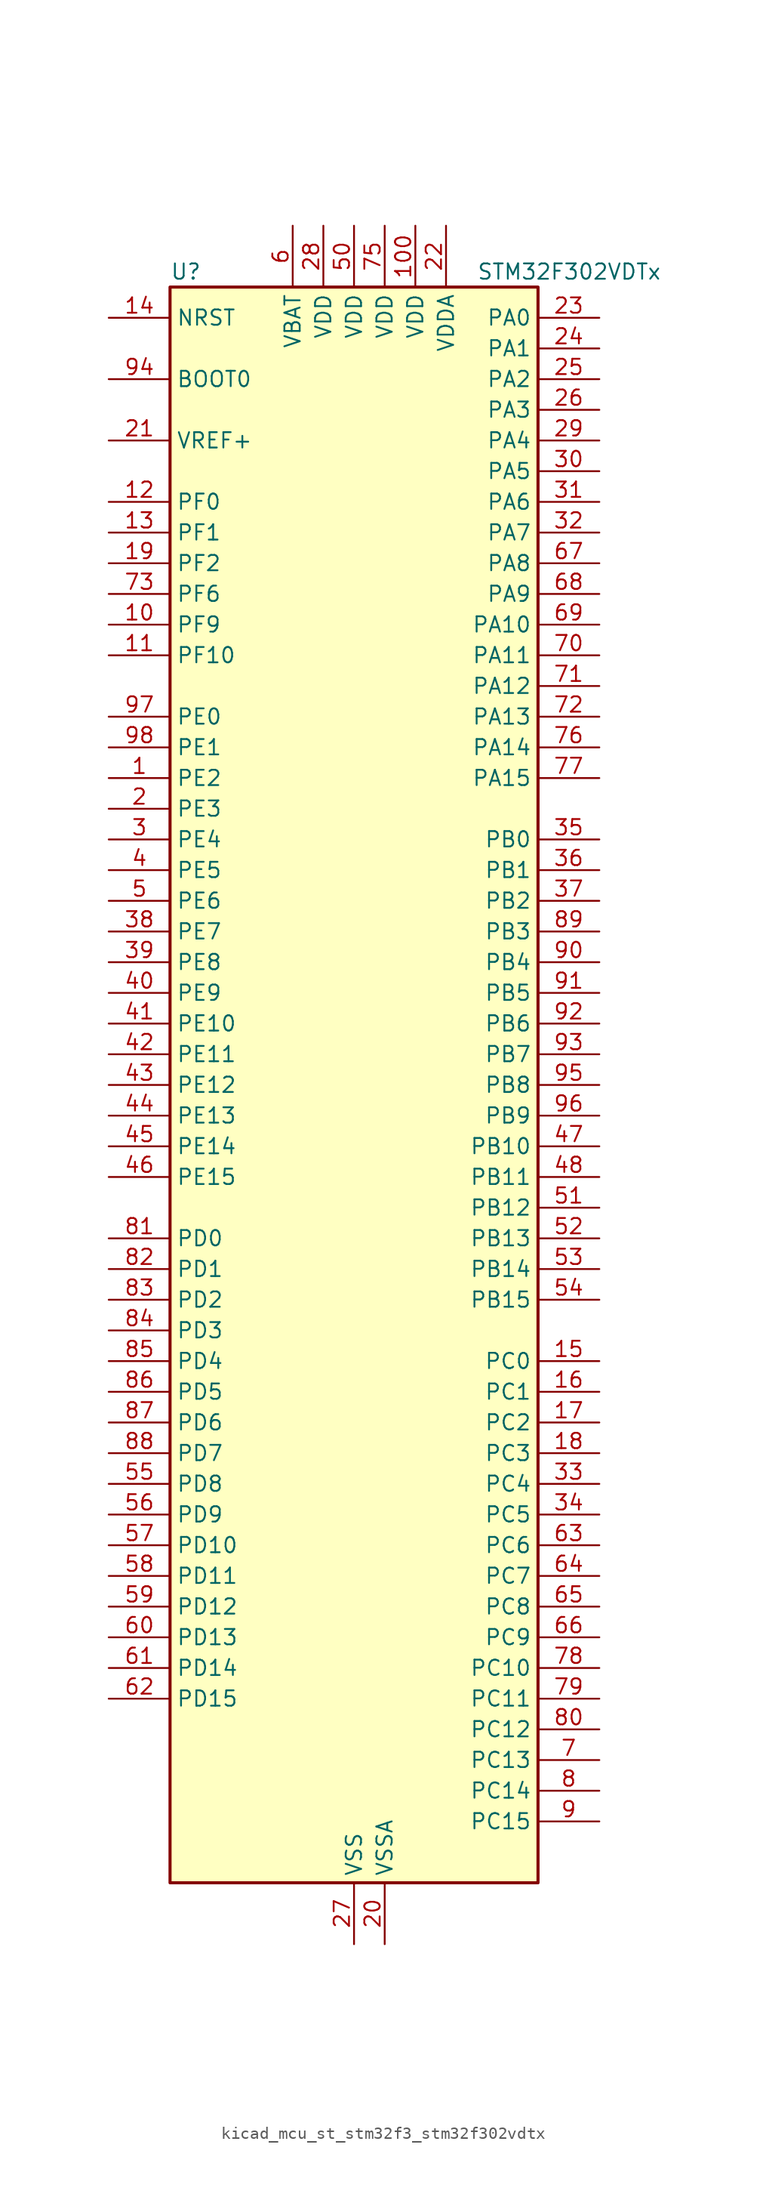
<source format=kicad_sym>
(kicad_symbol_lib
  (version 20220914)
  (generator kicad_symbol_editor)
  (symbol "kicad_mcu_st_stm32f3_stm32f302vdtx"
    (property "Reference" "U"
      (at -15.24 67.31 0)
      (effects (font (size 1.27 1.27)) (justify left)))
    (property "Value" "STM32F302VDTx"
      (at 10.16 67.31 0)
      (effects (font (size 1.27 1.27)) (justify left)))
    (property "ki_locked" ""
      (at 0 0 0)
      (effects (font (size 1.27 1.27))))
    (symbol "kicad_mcu_st_stm32f3_stm32f302vdtx_0_1"
      (rectangle (start -15.24 -66.04) (end 15.24 66.04) (stroke (width 0.254) (type default)) (fill (type background))))
    (symbol "kicad_mcu_st_stm32f3_stm32f302vdtx_1_1"
      (pin bidirectional line (at -20.32 25.4 0) (length 5.08) (name "PE2" (effects (font (size 1.27 1.27)))) (number "1" (effects (font (size 1.27 1.27)))) (alternate "FMC_A23" bidirectional line) (alternate "SPI4_SCK" bidirectional line) (alternate "SYS_TRACECK" bidirectional line) (alternate "TIM3_CH1" bidirectional line) (alternate "TSC_G7_IO1" bidirectional line))
      (pin bidirectional line (at -20.32 38.1 0) (length 5.08) (name "PF9" (effects (font (size 1.27 1.27)))) (number "10" (effects (font (size 1.27 1.27)))) (alternate "DAC1_EXTI9" bidirectional line) (alternate "FMC_CD" bidirectional line) (alternate "SPI2_SCK" bidirectional line) (alternate "TIM15_CH1" bidirectional line))
      (pin power_in line (at 5.08 71.12 270) (length 5.08) (name "VDD" (effects (font (size 1.27 1.27)))) (number "100" (effects (font (size 1.27 1.27)))))
      (pin bidirectional line (at -20.32 35.56 0) (length 5.08) (name "PF10" (effects (font (size 1.27 1.27)))) (number "11" (effects (font (size 1.27 1.27)))) (alternate "FMC_INTR" bidirectional line) (alternate "SPI2_SCK" bidirectional line) (alternate "TIM15_CH2" bidirectional line))
      (pin bidirectional line (at -20.32 48.26 0) (length 5.08) (name "PF0" (effects (font (size 1.27 1.27)))) (number "12" (effects (font (size 1.27 1.27)))) (alternate "I2C2_SDA" bidirectional line) (alternate "I2S2_WS" bidirectional line) (alternate "RCC_OSC_IN" bidirectional line) (alternate "SPI2_NSS" bidirectional line) (alternate "TIM1_CH3N" bidirectional line))
      (pin bidirectional line (at -20.32 45.72 0) (length 5.08) (name "PF1" (effects (font (size 1.27 1.27)))) (number "13" (effects (font (size 1.27 1.27)))) (alternate "I2C2_SCL" bidirectional line) (alternate "I2S2_CK" bidirectional line) (alternate "RCC_OSC_OUT" bidirectional line) (alternate "SPI2_SCK" bidirectional line))
      (pin input line (at -20.32 63.5 0) (length 5.08) (name "NRST" (effects (font (size 1.27 1.27)))) (number "14" (effects (font (size 1.27 1.27)))))
      (pin bidirectional line (at 20.32 -22.86 180) (length 5.08) (name "PC0" (effects (font (size 1.27 1.27)))) (number "15" (effects (font (size 1.27 1.27)))) (alternate "ADC1_IN6" bidirectional line) (alternate "ADC2_IN6" bidirectional line) (alternate "TIM1_CH1" bidirectional line))
      (pin bidirectional line (at 20.32 -25.4 180) (length 5.08) (name "PC1" (effects (font (size 1.27 1.27)))) (number "16" (effects (font (size 1.27 1.27)))) (alternate "ADC1_IN7" bidirectional line) (alternate "ADC2_IN7" bidirectional line) (alternate "TIM1_CH2" bidirectional line))
      (pin bidirectional line (at 20.32 -27.94 180) (length 5.08) (name "PC2" (effects (font (size 1.27 1.27)))) (number "17" (effects (font (size 1.27 1.27)))) (alternate "ADC1_IN8" bidirectional line) (alternate "ADC2_IN8" bidirectional line) (alternate "TIM1_CH3" bidirectional line))
      (pin bidirectional line (at 20.32 -30.48 180) (length 5.08) (name "PC3" (effects (font (size 1.27 1.27)))) (number "18" (effects (font (size 1.27 1.27)))) (alternate "ADC1_IN9" bidirectional line) (alternate "ADC2_IN9" bidirectional line) (alternate "TIM1_BKIN2" bidirectional line) (alternate "TIM1_CH4" bidirectional line))
      (pin bidirectional line (at -20.32 43.18 0) (length 5.08) (name "PF2" (effects (font (size 1.27 1.27)))) (number "19" (effects (font (size 1.27 1.27)))) (alternate "ADC1_IN10" bidirectional line) (alternate "ADC2_IN10" bidirectional line) (alternate "FMC_A2" bidirectional line))
      (pin bidirectional line (at -20.32 22.86 0) (length 5.08) (name "PE3" (effects (font (size 1.27 1.27)))) (number "2" (effects (font (size 1.27 1.27)))) (alternate "FMC_A19" bidirectional line) (alternate "SPI4_NSS" bidirectional line) (alternate "SYS_TRACED0" bidirectional line) (alternate "TIM3_CH2" bidirectional line) (alternate "TSC_G7_IO2" bidirectional line))
      (pin power_in line (at 2.54 -71.12 90) (length 5.08) (name "VSSA" (effects (font (size 1.27 1.27)))) (number "20" (effects (font (size 1.27 1.27)))))
      (pin input line (at -20.32 53.34 0) (length 5.08) (name "VREF+" (effects (font (size 1.27 1.27)))) (number "21" (effects (font (size 1.27 1.27)))))
      (pin power_in line (at 7.62 71.12 270) (length 5.08) (name "VDDA" (effects (font (size 1.27 1.27)))) (number "22" (effects (font (size 1.27 1.27)))))
      (pin bidirectional line (at 20.32 63.5 180) (length 5.08) (name "PA0" (effects (font (size 1.27 1.27)))) (number "23" (effects (font (size 1.27 1.27)))) (alternate "ADC1_IN1" bidirectional line) (alternate "COMP1_INM" bidirectional line) (alternate "COMP1_OUT" bidirectional line) (alternate "RTC_TAMP2" bidirectional line) (alternate "SYS_WKUP1" bidirectional line) (alternate "TIM2_CH1" bidirectional line) (alternate "TIM2_ETR" bidirectional line) (alternate "TSC_G1_IO1" bidirectional line) (alternate "USART2_CTS" bidirectional line))
      (pin bidirectional line (at 20.32 60.96 180) (length 5.08) (name "PA1" (effects (font (size 1.27 1.27)))) (number "24" (effects (font (size 1.27 1.27)))) (alternate "ADC1_IN2" bidirectional line) (alternate "COMP1_INP" bidirectional line) (alternate "OPAMP1_VINP" bidirectional line) (alternate "OPAMP1_VINP_SEC" bidirectional line) (alternate "RTC_REFIN" bidirectional line) (alternate "TIM15_CH1N" bidirectional line) (alternate "TIM2_CH2" bidirectional line) (alternate "TSC_G1_IO2" bidirectional line) (alternate "USART2_DE" bidirectional line) (alternate "USART2_RTS" bidirectional line))
      (pin bidirectional line (at 20.32 58.42 180) (length 5.08) (name "PA2" (effects (font (size 1.27 1.27)))) (number "25" (effects (font (size 1.27 1.27)))) (alternate "ADC1_IN3" bidirectional line) (alternate "COMP2_INM" bidirectional line) (alternate "COMP2_OUT" bidirectional line) (alternate "OPAMP1_VOUT" bidirectional line) (alternate "TIM15_CH1" bidirectional line) (alternate "TIM2_CH3" bidirectional line) (alternate "TSC_G1_IO3" bidirectional line) (alternate "USART2_TX" bidirectional line))
      (pin bidirectional line (at 20.32 55.88 180) (length 5.08) (name "PA3" (effects (font (size 1.27 1.27)))) (number "26" (effects (font (size 1.27 1.27)))) (alternate "ADC1_IN4" bidirectional line) (alternate "OPAMP1_VINM" bidirectional line) (alternate "OPAMP1_VINM_SEC" bidirectional line) (alternate "OPAMP1_VINP" bidirectional line) (alternate "OPAMP1_VINP_SEC" bidirectional line) (alternate "TIM15_CH2" bidirectional line) (alternate "TIM2_CH4" bidirectional line) (alternate "TSC_G1_IO4" bidirectional line) (alternate "USART2_RX" bidirectional line))
      (pin power_in line (at 0 -71.12 90) (length 5.08) (name "VSS" (effects (font (size 1.27 1.27)))) (number "27" (effects (font (size 1.27 1.27)))))
      (pin power_in line (at -2.54 71.12 270) (length 5.08) (name "VDD" (effects (font (size 1.27 1.27)))) (number "28" (effects (font (size 1.27 1.27)))))
      (pin bidirectional line (at 20.32 53.34 180) (length 5.08) (name "PA4" (effects (font (size 1.27 1.27)))) (number "29" (effects (font (size 1.27 1.27)))) (alternate "ADC2_IN1" bidirectional line) (alternate "COMP1_INM" bidirectional line) (alternate "COMP2_INM" bidirectional line) (alternate "COMP4_INM" bidirectional line) (alternate "COMP6_INM" bidirectional line) (alternate "DAC1_OUT1" bidirectional line) (alternate "I2S3_WS" bidirectional line) (alternate "SPI1_NSS" bidirectional line) (alternate "SPI3_NSS" bidirectional line) (alternate "TIM3_CH2" bidirectional line) (alternate "TSC_G2_IO1" bidirectional line) (alternate "USART2_CK" bidirectional line))
      (pin bidirectional line (at -20.32 20.32 0) (length 5.08) (name "PE4" (effects (font (size 1.27 1.27)))) (number "3" (effects (font (size 1.27 1.27)))) (alternate "FMC_A20" bidirectional line) (alternate "SPI4_NSS" bidirectional line) (alternate "SYS_TRACED1" bidirectional line) (alternate "TIM3_CH3" bidirectional line) (alternate "TSC_G7_IO3" bidirectional line))
      (pin bidirectional line (at 20.32 50.8 180) (length 5.08) (name "PA5" (effects (font (size 1.27 1.27)))) (number "30" (effects (font (size 1.27 1.27)))) (alternate "ADC2_IN2" bidirectional line) (alternate "COMP1_INM" bidirectional line) (alternate "COMP2_INM" bidirectional line) (alternate "COMP4_INM" bidirectional line) (alternate "COMP6_INM" bidirectional line) (alternate "OPAMP1_VINP" bidirectional line) (alternate "OPAMP1_VINP_SEC" bidirectional line) (alternate "OPAMP2_VINM" bidirectional line) (alternate "OPAMP2_VINM_SEC" bidirectional line) (alternate "SPI1_SCK" bidirectional line) (alternate "TIM2_CH1" bidirectional line) (alternate "TIM2_ETR" bidirectional line) (alternate "TSC_G2_IO2" bidirectional line))
      (pin bidirectional line (at 20.32 48.26 180) (length 5.08) (name "PA6" (effects (font (size 1.27 1.27)))) (number "31" (effects (font (size 1.27 1.27)))) (alternate "ADC2_IN3" bidirectional line) (alternate "COMP1_OUT" bidirectional line) (alternate "OPAMP2_VOUT" bidirectional line) (alternate "SPI1_MISO" bidirectional line) (alternate "TIM16_CH1" bidirectional line) (alternate "TIM1_BKIN" bidirectional line) (alternate "TIM3_CH1" bidirectional line) (alternate "TSC_G2_IO3" bidirectional line))
      (pin bidirectional line (at 20.32 45.72 180) (length 5.08) (name "PA7" (effects (font (size 1.27 1.27)))) (number "32" (effects (font (size 1.27 1.27)))) (alternate "ADC2_IN4" bidirectional line) (alternate "COMP2_INP" bidirectional line) (alternate "OPAMP1_VINP" bidirectional line) (alternate "OPAMP1_VINP_SEC" bidirectional line) (alternate "OPAMP2_VINP" bidirectional line) (alternate "OPAMP2_VINP_SEC" bidirectional line) (alternate "SPI1_MOSI" bidirectional line) (alternate "TIM17_CH1" bidirectional line) (alternate "TIM1_CH1N" bidirectional line) (alternate "TIM3_CH2" bidirectional line) (alternate "TSC_G2_IO4" bidirectional line))
      (pin bidirectional line (at 20.32 -33.02 180) (length 5.08) (name "PC4" (effects (font (size 1.27 1.27)))) (number "33" (effects (font (size 1.27 1.27)))) (alternate "ADC2_IN5" bidirectional line) (alternate "TIM1_ETR" bidirectional line) (alternate "USART1_TX" bidirectional line))
      (pin bidirectional line (at 20.32 -35.56 180) (length 5.08) (name "PC5" (effects (font (size 1.27 1.27)))) (number "34" (effects (font (size 1.27 1.27)))) (alternate "ADC2_IN11" bidirectional line) (alternate "OPAMP1_VINM" bidirectional line) (alternate "OPAMP1_VINM_SEC" bidirectional line) (alternate "OPAMP2_VINM" bidirectional line) (alternate "OPAMP2_VINM_SEC" bidirectional line) (alternate "TIM15_BKIN" bidirectional line) (alternate "TSC_G3_IO1" bidirectional line) (alternate "USART1_RX" bidirectional line))
      (pin bidirectional line (at 20.32 20.32 180) (length 5.08) (name "PB0" (effects (font (size 1.27 1.27)))) (number "35" (effects (font (size 1.27 1.27)))) (alternate "COMP4_INP" bidirectional line) (alternate "OPAMP2_VINP" bidirectional line) (alternate "OPAMP2_VINP_SEC" bidirectional line) (alternate "TIM1_CH2N" bidirectional line) (alternate "TIM3_CH3" bidirectional line) (alternate "TSC_G3_IO2" bidirectional line))
      (pin bidirectional line (at 20.32 17.78 180) (length 5.08) (name "PB1" (effects (font (size 1.27 1.27)))) (number "36" (effects (font (size 1.27 1.27)))) (alternate "COMP4_OUT" bidirectional line) (alternate "TIM1_CH3N" bidirectional line) (alternate "TIM3_CH4" bidirectional line) (alternate "TSC_G3_IO3" bidirectional line))
      (pin bidirectional line (at 20.32 15.24 180) (length 5.08) (name "PB2" (effects (font (size 1.27 1.27)))) (number "37" (effects (font (size 1.27 1.27)))) (alternate "ADC2_IN12" bidirectional line) (alternate "COMP4_INM" bidirectional line) (alternate "TSC_G3_IO4" bidirectional line))
      (pin bidirectional line (at -20.32 12.7 0) (length 5.08) (name "PE7" (effects (font (size 1.27 1.27)))) (number "38" (effects (font (size 1.27 1.27)))) (alternate "FMC_D4" bidirectional line) (alternate "FMC_DA4" bidirectional line) (alternate "TIM1_ETR" bidirectional line))
      (pin bidirectional line (at -20.32 10.16 0) (length 5.08) (name "PE8" (effects (font (size 1.27 1.27)))) (number "39" (effects (font (size 1.27 1.27)))) (alternate "COMP4_INM" bidirectional line) (alternate "FMC_D5" bidirectional line) (alternate "FMC_DA5" bidirectional line) (alternate "TIM1_CH1N" bidirectional line))
      (pin bidirectional line (at -20.32 17.78 0) (length 5.08) (name "PE5" (effects (font (size 1.27 1.27)))) (number "4" (effects (font (size 1.27 1.27)))) (alternate "FMC_A21" bidirectional line) (alternate "SPI4_MISO" bidirectional line) (alternate "SYS_TRACED2" bidirectional line) (alternate "TIM3_CH4" bidirectional line) (alternate "TSC_G7_IO4" bidirectional line))
      (pin bidirectional line (at -20.32 7.62 0) (length 5.08) (name "PE9" (effects (font (size 1.27 1.27)))) (number "40" (effects (font (size 1.27 1.27)))) (alternate "DAC1_EXTI9" bidirectional line) (alternate "FMC_D6" bidirectional line) (alternate "FMC_DA6" bidirectional line) (alternate "TIM1_CH1" bidirectional line))
      (pin bidirectional line (at -20.32 5.08 0) (length 5.08) (name "PE10" (effects (font (size 1.27 1.27)))) (number "41" (effects (font (size 1.27 1.27)))) (alternate "FMC_D7" bidirectional line) (alternate "FMC_DA7" bidirectional line) (alternate "TIM1_CH2N" bidirectional line))
      (pin bidirectional line (at -20.32 2.54 0) (length 5.08) (name "PE11" (effects (font (size 1.27 1.27)))) (number "42" (effects (font (size 1.27 1.27)))) (alternate "ADC1_EXTI11" bidirectional line) (alternate "ADC2_EXTI11" bidirectional line) (alternate "FMC_D8" bidirectional line) (alternate "FMC_DA8" bidirectional line) (alternate "SPI4_NSS" bidirectional line) (alternate "TIM1_CH2" bidirectional line))
      (pin bidirectional line (at -20.32 0 0) (length 5.08) (name "PE12" (effects (font (size 1.27 1.27)))) (number "43" (effects (font (size 1.27 1.27)))) (alternate "FMC_D9" bidirectional line) (alternate "FMC_DA9" bidirectional line) (alternate "SPI4_SCK" bidirectional line) (alternate "TIM1_CH3N" bidirectional line))
      (pin bidirectional line (at -20.32 -2.54 0) (length 5.08) (name "PE13" (effects (font (size 1.27 1.27)))) (number "44" (effects (font (size 1.27 1.27)))) (alternate "FMC_D10" bidirectional line) (alternate "FMC_DA10" bidirectional line) (alternate "SPI4_MISO" bidirectional line) (alternate "TIM1_CH3" bidirectional line))
      (pin bidirectional line (at -20.32 -5.08 0) (length 5.08) (name "PE14" (effects (font (size 1.27 1.27)))) (number "45" (effects (font (size 1.27 1.27)))) (alternate "FMC_D11" bidirectional line) (alternate "FMC_DA11" bidirectional line) (alternate "SPI4_MOSI" bidirectional line) (alternate "TIM1_BKIN2" bidirectional line) (alternate "TIM1_CH4" bidirectional line))
      (pin bidirectional line (at -20.32 -7.62 0) (length 5.08) (name "PE15" (effects (font (size 1.27 1.27)))) (number "46" (effects (font (size 1.27 1.27)))) (alternate "ADC1_EXTI15" bidirectional line) (alternate "ADC2_EXTI15" bidirectional line) (alternate "FMC_D12" bidirectional line) (alternate "FMC_DA12" bidirectional line) (alternate "TIM1_BKIN" bidirectional line) (alternate "USART3_RX" bidirectional line))
      (pin bidirectional line (at 20.32 -5.08 180) (length 5.08) (name "PB10" (effects (font (size 1.27 1.27)))) (number "47" (effects (font (size 1.27 1.27)))) (alternate "TIM2_CH3" bidirectional line) (alternate "TSC_SYNC" bidirectional line) (alternate "USART3_TX" bidirectional line))
      (pin bidirectional line (at 20.32 -7.62 180) (length 5.08) (name "PB11" (effects (font (size 1.27 1.27)))) (number "48" (effects (font (size 1.27 1.27)))) (alternate "ADC1_EXTI11" bidirectional line) (alternate "ADC1_IN14" bidirectional line) (alternate "ADC2_EXTI11" bidirectional line) (alternate "ADC2_IN14" bidirectional line) (alternate "COMP6_INP" bidirectional line) (alternate "TIM2_CH4" bidirectional line) (alternate "TSC_G6_IO1" bidirectional line) (alternate "USART3_RX" bidirectional line))
      (pin passive line (at 0 -71.12 90) (length 5.08) hide (name "VSS" (effects (font (size 1.27 1.27)))) (number "49" (effects (font (size 1.27 1.27)))))
      (pin bidirectional line (at -20.32 15.24 0) (length 5.08) (name "PE6" (effects (font (size 1.27 1.27)))) (number "5" (effects (font (size 1.27 1.27)))) (alternate "FMC_A22" bidirectional line) (alternate "RTC_TAMP3" bidirectional line) (alternate "SPI4_MOSI" bidirectional line) (alternate "SYS_TRACED3" bidirectional line) (alternate "SYS_WKUP3" bidirectional line))
      (pin power_in line (at 0 71.12 270) (length 5.08) (name "VDD" (effects (font (size 1.27 1.27)))) (number "50" (effects (font (size 1.27 1.27)))))
      (pin bidirectional line (at 20.32 -10.16 180) (length 5.08) (name "PB12" (effects (font (size 1.27 1.27)))) (number "51" (effects (font (size 1.27 1.27)))) (alternate "I2C2_SMBA" bidirectional line) (alternate "I2S2_WS" bidirectional line) (alternate "SPI2_NSS" bidirectional line) (alternate "TIM1_BKIN" bidirectional line) (alternate "TSC_G6_IO2" bidirectional line) (alternate "USART3_CK" bidirectional line))
      (pin bidirectional line (at 20.32 -12.7 180) (length 5.08) (name "PB13" (effects (font (size 1.27 1.27)))) (number "52" (effects (font (size 1.27 1.27)))) (alternate "I2S2_CK" bidirectional line) (alternate "SPI2_SCK" bidirectional line) (alternate "TIM1_CH1N" bidirectional line) (alternate "TSC_G6_IO3" bidirectional line) (alternate "USART3_CTS" bidirectional line))
      (pin bidirectional line (at 20.32 -15.24 180) (length 5.08) (name "PB14" (effects (font (size 1.27 1.27)))) (number "53" (effects (font (size 1.27 1.27)))) (alternate "I2S2_ext_SD" bidirectional line) (alternate "OPAMP2_VINP" bidirectional line) (alternate "OPAMP2_VINP_SEC" bidirectional line) (alternate "SPI2_MISO" bidirectional line) (alternate "TIM15_CH1" bidirectional line) (alternate "TIM1_CH2N" bidirectional line) (alternate "TSC_G6_IO4" bidirectional line) (alternate "USART3_DE" bidirectional line) (alternate "USART3_RTS" bidirectional line))
      (pin bidirectional line (at 20.32 -17.78 180) (length 5.08) (name "PB15" (effects (font (size 1.27 1.27)))) (number "54" (effects (font (size 1.27 1.27)))) (alternate "ADC1_EXTI15" bidirectional line) (alternate "ADC2_EXTI15" bidirectional line) (alternate "COMP6_INM" bidirectional line) (alternate "I2S2_SD" bidirectional line) (alternate "RTC_REFIN" bidirectional line) (alternate "SPI2_MOSI" bidirectional line) (alternate "TIM15_CH1N" bidirectional line) (alternate "TIM15_CH2" bidirectional line) (alternate "TIM1_CH3N" bidirectional line))
      (pin bidirectional line (at -20.32 -33.02 0) (length 5.08) (name "PD8" (effects (font (size 1.27 1.27)))) (number "55" (effects (font (size 1.27 1.27)))) (alternate "FMC_D13" bidirectional line) (alternate "FMC_DA13" bidirectional line) (alternate "USART3_TX" bidirectional line))
      (pin bidirectional line (at -20.32 -35.56 0) (length 5.08) (name "PD9" (effects (font (size 1.27 1.27)))) (number "56" (effects (font (size 1.27 1.27)))) (alternate "DAC1_EXTI9" bidirectional line) (alternate "FMC_D14" bidirectional line) (alternate "FMC_DA14" bidirectional line) (alternate "USART3_RX" bidirectional line))
      (pin bidirectional line (at -20.32 -38.1 0) (length 5.08) (name "PD10" (effects (font (size 1.27 1.27)))) (number "57" (effects (font (size 1.27 1.27)))) (alternate "COMP6_INM" bidirectional line) (alternate "FMC_D15" bidirectional line) (alternate "FMC_DA15" bidirectional line) (alternate "USART3_CK" bidirectional line))
      (pin bidirectional line (at -20.32 -40.64 0) (length 5.08) (name "PD11" (effects (font (size 1.27 1.27)))) (number "58" (effects (font (size 1.27 1.27)))) (alternate "ADC1_EXTI11" bidirectional line) (alternate "ADC2_EXTI11" bidirectional line) (alternate "FMC_A16" bidirectional line) (alternate "FMC_CLE" bidirectional line) (alternate "USART3_CTS" bidirectional line))
      (pin bidirectional line (at -20.32 -43.18 0) (length 5.08) (name "PD12" (effects (font (size 1.27 1.27)))) (number "59" (effects (font (size 1.27 1.27)))) (alternate "FMC_A17" bidirectional line) (alternate "FMC_ALE" bidirectional line) (alternate "TIM4_CH1" bidirectional line) (alternate "TSC_G8_IO1" bidirectional line) (alternate "USART3_DE" bidirectional line) (alternate "USART3_RTS" bidirectional line))
      (pin power_in line (at -5.08 71.12 270) (length 5.08) (name "VBAT" (effects (font (size 1.27 1.27)))) (number "6" (effects (font (size 1.27 1.27)))))
      (pin bidirectional line (at -20.32 -45.72 0) (length 5.08) (name "PD13" (effects (font (size 1.27 1.27)))) (number "60" (effects (font (size 1.27 1.27)))) (alternate "FMC_A18" bidirectional line) (alternate "TIM4_CH2" bidirectional line) (alternate "TSC_G8_IO2" bidirectional line))
      (pin bidirectional line (at -20.32 -48.26 0) (length 5.08) (name "PD14" (effects (font (size 1.27 1.27)))) (number "61" (effects (font (size 1.27 1.27)))) (alternate "FMC_D0" bidirectional line) (alternate "FMC_DA0" bidirectional line) (alternate "OPAMP2_VINP" bidirectional line) (alternate "OPAMP2_VINP_SEC" bidirectional line) (alternate "TIM4_CH3" bidirectional line) (alternate "TSC_G8_IO3" bidirectional line))
      (pin bidirectional line (at -20.32 -50.8 0) (length 5.08) (name "PD15" (effects (font (size 1.27 1.27)))) (number "62" (effects (font (size 1.27 1.27)))) (alternate "ADC1_EXTI15" bidirectional line) (alternate "ADC2_EXTI15" bidirectional line) (alternate "FMC_D1" bidirectional line) (alternate "FMC_DA1" bidirectional line) (alternate "SPI2_NSS" bidirectional line) (alternate "TIM4_CH4" bidirectional line) (alternate "TSC_G8_IO4" bidirectional line))
      (pin bidirectional line (at 20.32 -38.1 180) (length 5.08) (name "PC6" (effects (font (size 1.27 1.27)))) (number "63" (effects (font (size 1.27 1.27)))) (alternate "COMP6_OUT" bidirectional line) (alternate "I2S2_MCK" bidirectional line) (alternate "TIM3_CH1" bidirectional line))
      (pin bidirectional line (at 20.32 -40.64 180) (length 5.08) (name "PC7" (effects (font (size 1.27 1.27)))) (number "64" (effects (font (size 1.27 1.27)))) (alternate "I2S3_MCK" bidirectional line) (alternate "TIM3_CH2" bidirectional line))
      (pin bidirectional line (at 20.32 -43.18 180) (length 5.08) (name "PC8" (effects (font (size 1.27 1.27)))) (number "65" (effects (font (size 1.27 1.27)))) (alternate "TIM3_CH3" bidirectional line))
      (pin bidirectional line (at 20.32 -45.72 180) (length 5.08) (name "PC9" (effects (font (size 1.27 1.27)))) (number "66" (effects (font (size 1.27 1.27)))) (alternate "DAC1_EXTI9" bidirectional line) (alternate "I2C3_SDA" bidirectional line) (alternate "I2S_CKIN" bidirectional line) (alternate "TIM3_CH4" bidirectional line))
      (pin bidirectional line (at 20.32 43.18 180) (length 5.08) (name "PA8" (effects (font (size 1.27 1.27)))) (number "67" (effects (font (size 1.27 1.27)))) (alternate "I2C2_SMBA" bidirectional line) (alternate "I2C3_SCL" bidirectional line) (alternate "I2S2_MCK" bidirectional line) (alternate "RCC_MCO" bidirectional line) (alternate "TIM1_CH1" bidirectional line) (alternate "TIM4_ETR" bidirectional line) (alternate "USART1_CK" bidirectional line))
      (pin bidirectional line (at 20.32 40.64 180) (length 5.08) (name "PA9" (effects (font (size 1.27 1.27)))) (number "68" (effects (font (size 1.27 1.27)))) (alternate "DAC1_EXTI9" bidirectional line) (alternate "I2C2_SCL" bidirectional line) (alternate "I2C3_SMBA" bidirectional line) (alternate "I2S3_MCK" bidirectional line) (alternate "TIM15_BKIN" bidirectional line) (alternate "TIM1_CH2" bidirectional line) (alternate "TIM2_CH3" bidirectional line) (alternate "TSC_G4_IO1" bidirectional line) (alternate "USART1_TX" bidirectional line))
      (pin bidirectional line (at 20.32 38.1 180) (length 5.08) (name "PA10" (effects (font (size 1.27 1.27)))) (number "69" (effects (font (size 1.27 1.27)))) (alternate "COMP6_OUT" bidirectional line) (alternate "I2C2_SDA" bidirectional line) (alternate "I2S2_ext_SD" bidirectional line) (alternate "SPI2_MISO" bidirectional line) (alternate "TIM17_BKIN" bidirectional line) (alternate "TIM1_CH3" bidirectional line) (alternate "TIM2_CH4" bidirectional line) (alternate "TSC_G4_IO2" bidirectional line) (alternate "USART1_RX" bidirectional line))
      (pin bidirectional line (at 20.32 -55.88 180) (length 5.08) (name "PC13" (effects (font (size 1.27 1.27)))) (number "7" (effects (font (size 1.27 1.27)))) (alternate "RTC_OUT_ALARM" bidirectional line) (alternate "RTC_OUT_CALIB" bidirectional line) (alternate "RTC_TAMP1" bidirectional line) (alternate "RTC_TS" bidirectional line) (alternate "SYS_WKUP2" bidirectional line) (alternate "TIM1_CH1N" bidirectional line))
      (pin bidirectional line (at 20.32 35.56 180) (length 5.08) (name "PA11" (effects (font (size 1.27 1.27)))) (number "70" (effects (font (size 1.27 1.27)))) (alternate "ADC1_EXTI11" bidirectional line) (alternate "ADC2_EXTI11" bidirectional line) (alternate "CAN_RX" bidirectional line) (alternate "COMP1_OUT" bidirectional line) (alternate "I2S2_SD" bidirectional line) (alternate "SPI2_MOSI" bidirectional line) (alternate "TIM1_BKIN2" bidirectional line) (alternate "TIM1_CH1N" bidirectional line) (alternate "TIM1_CH4" bidirectional line) (alternate "TIM4_CH1" bidirectional line) (alternate "USART1_CTS" bidirectional line) (alternate "USB_DM" bidirectional line))
      (pin bidirectional line (at 20.32 33.02 180) (length 5.08) (name "PA12" (effects (font (size 1.27 1.27)))) (number "71" (effects (font (size 1.27 1.27)))) (alternate "CAN_TX" bidirectional line) (alternate "COMP2_OUT" bidirectional line) (alternate "I2S_CKIN" bidirectional line) (alternate "TIM16_CH1" bidirectional line) (alternate "TIM1_CH2N" bidirectional line) (alternate "TIM1_ETR" bidirectional line) (alternate "TIM4_CH2" bidirectional line) (alternate "USART1_DE" bidirectional line) (alternate "USART1_RTS" bidirectional line) (alternate "USB_DP" bidirectional line))
      (pin bidirectional line (at 20.32 30.48 180) (length 5.08) (name "PA13" (effects (font (size 1.27 1.27)))) (number "72" (effects (font (size 1.27 1.27)))) (alternate "IR_OUT" bidirectional line) (alternate "SYS_JTMS-SWDIO" bidirectional line) (alternate "TIM16_CH1N" bidirectional line) (alternate "TIM4_CH3" bidirectional line) (alternate "TSC_G4_IO3" bidirectional line) (alternate "USART3_CTS" bidirectional line))
      (pin bidirectional line (at -20.32 40.64 0) (length 5.08) (name "PF6" (effects (font (size 1.27 1.27)))) (number "73" (effects (font (size 1.27 1.27)))) (alternate "FMC_NIORD" bidirectional line) (alternate "I2C2_SCL" bidirectional line) (alternate "TIM4_CH4" bidirectional line) (alternate "USART3_DE" bidirectional line) (alternate "USART3_RTS" bidirectional line))
      (pin passive line (at 0 -71.12 90) (length 5.08) hide (name "VSS" (effects (font (size 1.27 1.27)))) (number "74" (effects (font (size 1.27 1.27)))))
      (pin power_in line (at 2.54 71.12 270) (length 5.08) (name "VDD" (effects (font (size 1.27 1.27)))) (number "75" (effects (font (size 1.27 1.27)))))
      (pin bidirectional line (at 20.32 27.94 180) (length 5.08) (name "PA14" (effects (font (size 1.27 1.27)))) (number "76" (effects (font (size 1.27 1.27)))) (alternate "I2C1_SDA" bidirectional line) (alternate "SYS_JTCK-SWCLK" bidirectional line) (alternate "TIM1_BKIN" bidirectional line) (alternate "TSC_G4_IO4" bidirectional line) (alternate "USART2_TX" bidirectional line))
      (pin bidirectional line (at 20.32 25.4 180) (length 5.08) (name "PA15" (effects (font (size 1.27 1.27)))) (number "77" (effects (font (size 1.27 1.27)))) (alternate "ADC1_EXTI15" bidirectional line) (alternate "ADC2_EXTI15" bidirectional line) (alternate "I2C1_SCL" bidirectional line) (alternate "I2S3_WS" bidirectional line) (alternate "SPI1_NSS" bidirectional line) (alternate "SPI3_NSS" bidirectional line) (alternate "SYS_JTDI" bidirectional line) (alternate "TIM1_BKIN" bidirectional line) (alternate "TIM2_CH1" bidirectional line) (alternate "TIM2_ETR" bidirectional line) (alternate "TSC_SYNC" bidirectional line) (alternate "USART2_RX" bidirectional line))
      (pin bidirectional line (at 20.32 -48.26 180) (length 5.08) (name "PC10" (effects (font (size 1.27 1.27)))) (number "78" (effects (font (size 1.27 1.27)))) (alternate "I2S3_CK" bidirectional line) (alternate "SPI3_SCK" bidirectional line) (alternate "UART4_TX" bidirectional line) (alternate "USART3_TX" bidirectional line))
      (pin bidirectional line (at 20.32 -50.8 180) (length 5.08) (name "PC11" (effects (font (size 1.27 1.27)))) (number "79" (effects (font (size 1.27 1.27)))) (alternate "ADC1_EXTI11" bidirectional line) (alternate "ADC2_EXTI11" bidirectional line) (alternate "I2S3_ext_SD" bidirectional line) (alternate "SPI3_MISO" bidirectional line) (alternate "UART4_RX" bidirectional line) (alternate "USART3_RX" bidirectional line))
      (pin bidirectional line (at 20.32 -58.42 180) (length 5.08) (name "PC14" (effects (font (size 1.27 1.27)))) (number "8" (effects (font (size 1.27 1.27)))) (alternate "RCC_OSC32_IN" bidirectional line))
      (pin bidirectional line (at 20.32 -53.34 180) (length 5.08) (name "PC12" (effects (font (size 1.27 1.27)))) (number "80" (effects (font (size 1.27 1.27)))) (alternate "I2S3_SD" bidirectional line) (alternate "SPI3_MOSI" bidirectional line) (alternate "UART5_TX" bidirectional line) (alternate "USART3_CK" bidirectional line))
      (pin bidirectional line (at -20.32 -12.7 0) (length 5.08) (name "PD0" (effects (font (size 1.27 1.27)))) (number "81" (effects (font (size 1.27 1.27)))) (alternate "CAN_RX" bidirectional line) (alternate "FMC_D2" bidirectional line) (alternate "FMC_DA2" bidirectional line))
      (pin bidirectional line (at -20.32 -15.24 0) (length 5.08) (name "PD1" (effects (font (size 1.27 1.27)))) (number "82" (effects (font (size 1.27 1.27)))) (alternate "CAN_TX" bidirectional line) (alternate "FMC_D3" bidirectional line) (alternate "FMC_DA3" bidirectional line))
      (pin bidirectional line (at -20.32 -17.78 0) (length 5.08) (name "PD2" (effects (font (size 1.27 1.27)))) (number "83" (effects (font (size 1.27 1.27)))) (alternate "TIM3_ETR" bidirectional line) (alternate "UART5_RX" bidirectional line))
      (pin bidirectional line (at -20.32 -20.32 0) (length 5.08) (name "PD3" (effects (font (size 1.27 1.27)))) (number "84" (effects (font (size 1.27 1.27)))) (alternate "FMC_CLK" bidirectional line) (alternate "TIM2_CH1" bidirectional line) (alternate "TIM2_ETR" bidirectional line) (alternate "USART2_CTS" bidirectional line))
      (pin bidirectional line (at -20.32 -22.86 0) (length 5.08) (name "PD4" (effects (font (size 1.27 1.27)))) (number "85" (effects (font (size 1.27 1.27)))) (alternate "FMC_NOE" bidirectional line) (alternate "TIM2_CH2" bidirectional line) (alternate "USART2_DE" bidirectional line) (alternate "USART2_RTS" bidirectional line))
      (pin bidirectional line (at -20.32 -25.4 0) (length 5.08) (name "PD5" (effects (font (size 1.27 1.27)))) (number "86" (effects (font (size 1.27 1.27)))) (alternate "FMC_NWE" bidirectional line) (alternate "USART2_TX" bidirectional line))
      (pin bidirectional line (at -20.32 -27.94 0) (length 5.08) (name "PD6" (effects (font (size 1.27 1.27)))) (number "87" (effects (font (size 1.27 1.27)))) (alternate "FMC_NWAIT" bidirectional line) (alternate "TIM2_CH4" bidirectional line) (alternate "USART2_RX" bidirectional line))
      (pin bidirectional line (at -20.32 -30.48 0) (length 5.08) (name "PD7" (effects (font (size 1.27 1.27)))) (number "88" (effects (font (size 1.27 1.27)))) (alternate "FMC_NCE2" bidirectional line) (alternate "FMC_NE1" bidirectional line) (alternate "TIM2_CH3" bidirectional line) (alternate "USART2_CK" bidirectional line))
      (pin bidirectional line (at 20.32 12.7 180) (length 5.08) (name "PB3" (effects (font (size 1.27 1.27)))) (number "89" (effects (font (size 1.27 1.27)))) (alternate "I2S3_CK" bidirectional line) (alternate "SPI1_SCK" bidirectional line) (alternate "SPI3_SCK" bidirectional line) (alternate "SYS_JTDO-TRACESWO" bidirectional line) (alternate "TIM2_CH2" bidirectional line) (alternate "TIM3_ETR" bidirectional line) (alternate "TIM4_ETR" bidirectional line) (alternate "TSC_G5_IO1" bidirectional line) (alternate "USART2_TX" bidirectional line))
      (pin bidirectional line (at 20.32 -60.96 180) (length 5.08) (name "PC15" (effects (font (size 1.27 1.27)))) (number "9" (effects (font (size 1.27 1.27)))) (alternate "ADC1_EXTI15" bidirectional line) (alternate "ADC2_EXTI15" bidirectional line) (alternate "RCC_OSC32_OUT" bidirectional line))
      (pin bidirectional line (at 20.32 10.16 180) (length 5.08) (name "PB4" (effects (font (size 1.27 1.27)))) (number "90" (effects (font (size 1.27 1.27)))) (alternate "I2S3_ext_SD" bidirectional line) (alternate "SPI1_MISO" bidirectional line) (alternate "SPI3_MISO" bidirectional line) (alternate "SYS_NJTRST" bidirectional line) (alternate "TIM16_CH1" bidirectional line) (alternate "TIM17_BKIN" bidirectional line) (alternate "TIM3_CH1" bidirectional line) (alternate "TSC_G5_IO2" bidirectional line) (alternate "USART2_RX" bidirectional line))
      (pin bidirectional line (at 20.32 7.62 180) (length 5.08) (name "PB5" (effects (font (size 1.27 1.27)))) (number "91" (effects (font (size 1.27 1.27)))) (alternate "I2C1_SMBA" bidirectional line) (alternate "I2C3_SDA" bidirectional line) (alternate "I2S3_SD" bidirectional line) (alternate "SPI1_MOSI" bidirectional line) (alternate "SPI3_MOSI" bidirectional line) (alternate "TIM16_BKIN" bidirectional line) (alternate "TIM17_CH1" bidirectional line) (alternate "TIM3_CH2" bidirectional line) (alternate "USART2_CK" bidirectional line))
      (pin bidirectional line (at 20.32 5.08 180) (length 5.08) (name "PB6" (effects (font (size 1.27 1.27)))) (number "92" (effects (font (size 1.27 1.27)))) (alternate "I2C1_SCL" bidirectional line) (alternate "TIM16_CH1N" bidirectional line) (alternate "TIM4_CH1" bidirectional line) (alternate "TSC_G5_IO3" bidirectional line) (alternate "USART1_TX" bidirectional line))
      (pin bidirectional line (at 20.32 2.54 180) (length 5.08) (name "PB7" (effects (font (size 1.27 1.27)))) (number "93" (effects (font (size 1.27 1.27)))) (alternate "FMC_NL" bidirectional line) (alternate "I2C1_SDA" bidirectional line) (alternate "TIM17_CH1N" bidirectional line) (alternate "TIM3_CH4" bidirectional line) (alternate "TIM4_CH2" bidirectional line) (alternate "TSC_G5_IO4" bidirectional line) (alternate "USART1_RX" bidirectional line))
      (pin input line (at -20.32 58.42 0) (length 5.08) (name "BOOT0" (effects (font (size 1.27 1.27)))) (number "94" (effects (font (size 1.27 1.27)))))
      (pin bidirectional line (at 20.32 0 180) (length 5.08) (name "PB8" (effects (font (size 1.27 1.27)))) (number "95" (effects (font (size 1.27 1.27)))) (alternate "CAN_RX" bidirectional line) (alternate "COMP1_OUT" bidirectional line) (alternate "I2C1_SCL" bidirectional line) (alternate "TIM16_CH1" bidirectional line) (alternate "TIM1_BKIN" bidirectional line) (alternate "TIM4_CH3" bidirectional line) (alternate "TSC_SYNC" bidirectional line) (alternate "USART3_RX" bidirectional line))
      (pin bidirectional line (at 20.32 -2.54 180) (length 5.08) (name "PB9" (effects (font (size 1.27 1.27)))) (number "96" (effects (font (size 1.27 1.27)))) (alternate "CAN_TX" bidirectional line) (alternate "COMP2_OUT" bidirectional line) (alternate "DAC1_EXTI9" bidirectional line) (alternate "I2C1_SDA" bidirectional line) (alternate "IR_OUT" bidirectional line) (alternate "TIM17_CH1" bidirectional line) (alternate "TIM4_CH4" bidirectional line) (alternate "USART3_TX" bidirectional line))
      (pin bidirectional line (at -20.32 30.48 0) (length 5.08) (name "PE0" (effects (font (size 1.27 1.27)))) (number "97" (effects (font (size 1.27 1.27)))) (alternate "FMC_NBL0" bidirectional line) (alternate "TIM16_CH1" bidirectional line) (alternate "TIM4_ETR" bidirectional line) (alternate "USART1_TX" bidirectional line))
      (pin bidirectional line (at -20.32 27.94 0) (length 5.08) (name "PE1" (effects (font (size 1.27 1.27)))) (number "98" (effects (font (size 1.27 1.27)))) (alternate "FMC_NBL1" bidirectional line) (alternate "TIM17_CH1" bidirectional line) (alternate "USART1_RX" bidirectional line))
      (pin passive line (at 0 -71.12 90) (length 5.08) hide (name "VSS" (effects (font (size 1.27 1.27)))) (number "99" (effects (font (size 1.27 1.27))))))))
</source>
